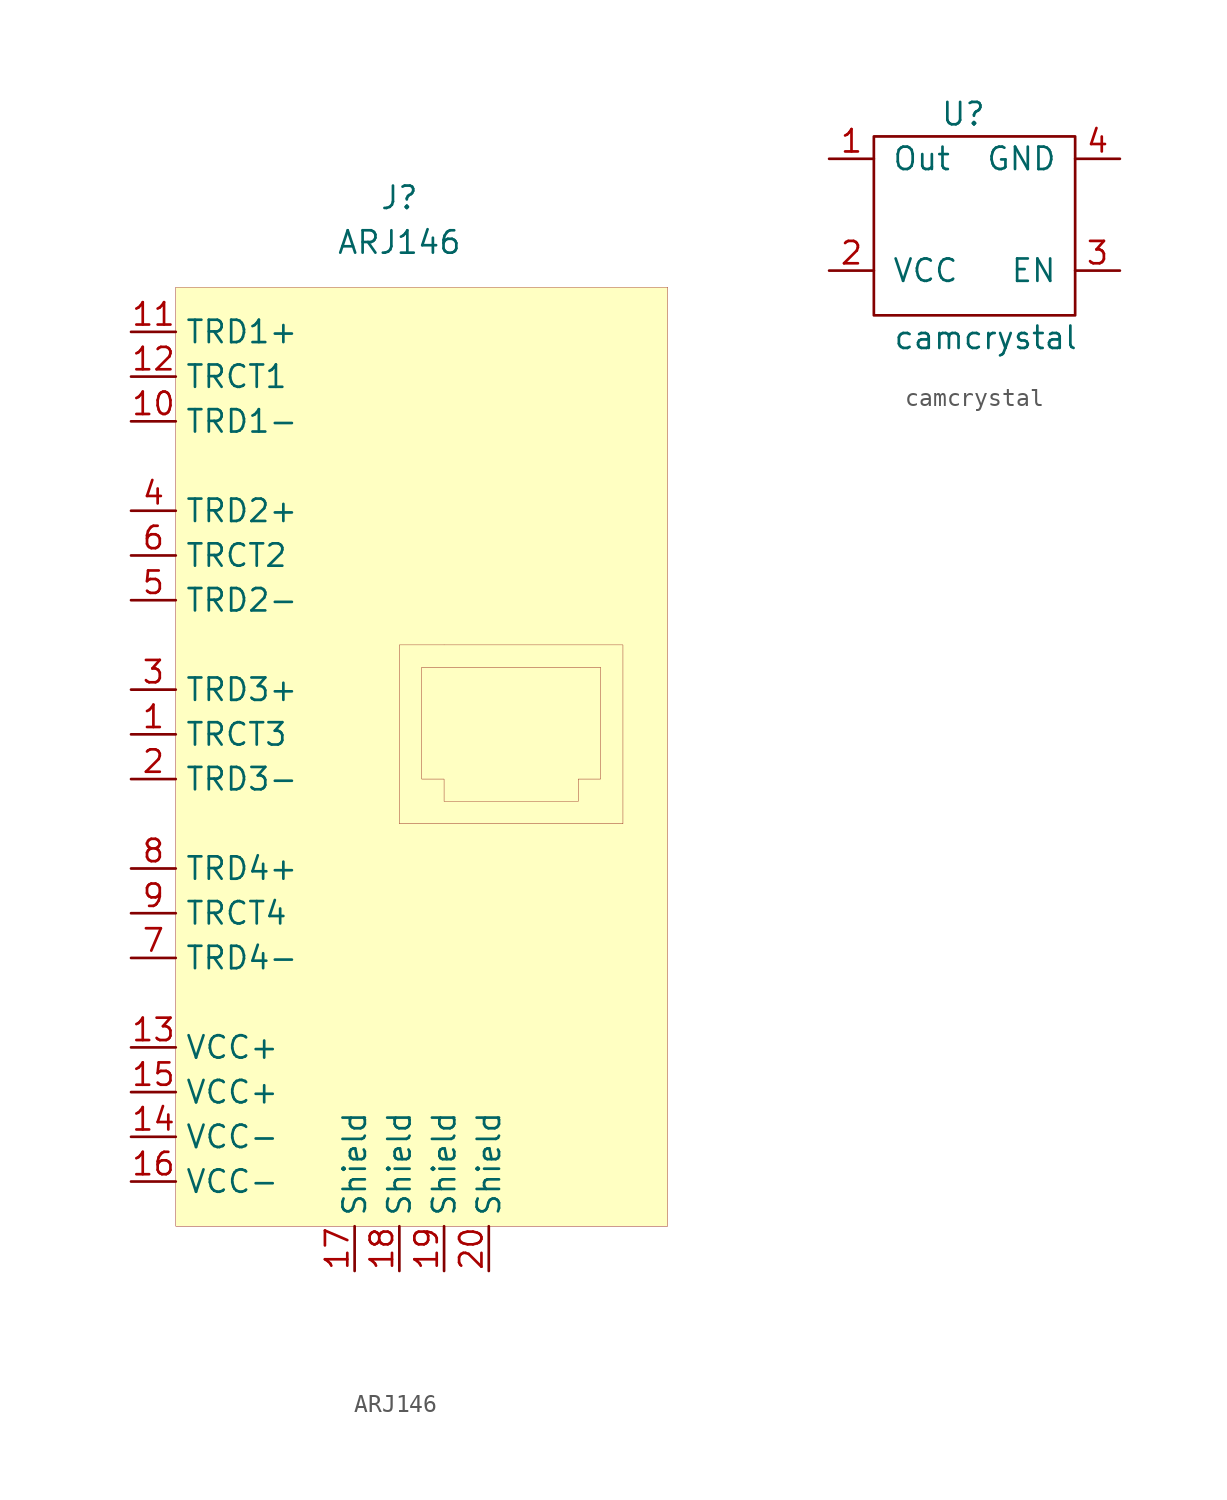
<source format=kicad_sym>
(kicad_symbol_lib
  (version 20201005)
  (generator kicad_symbol_editor)
  (symbol "openstereo:ARJ146"
    (property "Reference" "J"
      (at 0 2.54 0)
      (effects (font (size 1.27 1.27))))
    (property "Value" "ARJ146"
      (at 0 0 0)
      (effects (font (size 1.27 1.27))))
    (symbol "ARJ146_0_1"
      (rectangle (start -12.7 -2.54) (end 15.24 -55.88) (stroke (width 0.001)) (fill (type background)))
      (rectangle (start 0 -22.86) (end 12.7 -33.02) (stroke (width 0.001)) (fill (type none)))
      (rectangle (start 2.54 -22.86) (end 2.54 -22.86) (stroke (width 0.001)) (fill (type none)))
      (polyline (pts (xy 1.27 -24.13) (xy 11.43 -24.13) (xy 11.43 -30.48) (xy 10.16 -30.48) (xy 10.16 -31.75) (xy 2.54 -31.75) (xy 2.54 -30.48) (xy 1.27 -30.48) (xy 1.27 -24.13)) (stroke (width 0.001)) (fill (type none))))
    (symbol "ARJ146_1_1"
      (pin bidirectional line (at -15.24 -5.08 0) (length 2.54) (name "TRD1+" (effects (font (size 1.27 1.27)))) (number "11" (effects (font (size 1.27 1.27)))))
      (pin bidirectional line (at -15.24 -7.62 0) (length 2.54) (name "TRCT1" (effects (font (size 1.27 1.27)))) (number "12" (effects (font (size 1.27 1.27)))))
      (pin bidirectional line (at -15.24 -10.16 0) (length 2.54) (name "TRD1-" (effects (font (size 1.27 1.27)))) (number "10" (effects (font (size 1.27 1.27)))))
      (pin bidirectional line (at -15.24 -15.24 0) (length 2.54) (name "TRD2+" (effects (font (size 1.27 1.27)))) (number "4" (effects (font (size 1.27 1.27)))))
      (pin bidirectional line (at -15.24 -17.78 0) (length 2.54) (name "TRCT2" (effects (font (size 1.27 1.27)))) (number "6" (effects (font (size 1.27 1.27)))))
      (pin bidirectional line (at -15.24 -20.32 0) (length 2.54) (name "TRD2-" (effects (font (size 1.27 1.27)))) (number "5" (effects (font (size 1.27 1.27)))))
      (pin bidirectional line (at -15.24 -25.4 0) (length 2.54) (name "TRD3+" (effects (font (size 1.27 1.27)))) (number "3" (effects (font (size 1.27 1.27)))))
      (pin bidirectional line (at -15.24 -27.94 0) (length 2.54) (name "TRCT3" (effects (font (size 1.27 1.27)))) (number "1" (effects (font (size 1.27 1.27)))))
      (pin bidirectional line (at -15.24 -30.48 0) (length 2.54) (name "TRD3-" (effects (font (size 1.27 1.27)))) (number "2" (effects (font (size 1.27 1.27)))))
      (pin bidirectional line (at -15.24 -35.56 0) (length 2.54) (name "TRD4+" (effects (font (size 1.27 1.27)))) (number "8" (effects (font (size 1.27 1.27)))))
      (pin bidirectional line (at -15.24 -40.64 0) (length 2.54) (name "TRD4-" (effects (font (size 1.27 1.27)))) (number "7" (effects (font (size 1.27 1.27)))))
      (pin bidirectional line (at -15.24 -38.1 0) (length 2.54) (name "TRCT4" (effects (font (size 1.27 1.27)))) (number "9" (effects (font (size 1.27 1.27)))))
      (pin power_in line (at -15.24 -45.72 0) (length 2.54) (name "VCC+" (effects (font (size 1.27 1.27)))) (number "13" (effects (font (size 1.27 1.27)))))
      (pin power_in line (at -15.24 -50.8 0) (length 2.54) (name "VCC-" (effects (font (size 1.27 1.27)))) (number "14" (effects (font (size 1.27 1.27)))))
      (pin power_in line (at -15.24 -48.26 0) (length 2.54) (name "VCC+" (effects (font (size 1.27 1.27)))) (number "15" (effects (font (size 1.27 1.27)))))
      (pin power_in line (at -15.24 -53.34 0) (length 2.54) (name "VCC-" (effects (font (size 1.27 1.27)))) (number "16" (effects (font (size 1.27 1.27)))))
      (pin passive line (at -2.54 -58.42 90) (length 2.54) (name "Shield" (effects (font (size 1.27 1.27)))) (number "17" (effects (font (size 1.27 1.27)))))
      (pin passive line (at 0 -58.42 90) (length 2.54) (name "Shield" (effects (font (size 1.27 1.27)))) (number "18" (effects (font (size 1.27 1.27)))))
      (pin passive line (at 2.54 -58.42 90) (length 2.54) (name "Shield" (effects (font (size 1.27 1.27)))) (number "19" (effects (font (size 1.27 1.27)))))
      (pin passive line (at 5.08 -58.42 90) (length 2.54) (name "Shield" (effects (font (size 1.27 1.27)))) (number "20" (effects (font (size 1.27 1.27)))))))
  (symbol "openstereo:camcrystal"
    (pin_names
      (offset 1.016))
    (property "Reference" "U"
      (at -1.27 6.35 0)
      (effects (font (size 1.27 1.27))))
    (property "Value" "camcrystal"
      (at 0 -6.35 0)
      (effects (font (size 1.27 1.27))))
    (symbol "camcrystal_0_1"
      (rectangle (start -6.35 5.08) (end 5.08 -5.08) (stroke (width 0)) (fill (type none))))
    (symbol "camcrystal_1_1"
      (pin output line (at -8.89 3.81 0) (length 2.54) (name "Out" (effects (font (size 1.27 1.27)))) (number "1" (effects (font (size 1.27 1.27)))))
      (pin power_in line (at -8.89 -2.54 0) (length 2.54) (name "VCC" (effects (font (size 1.27 1.27)))) (number "2" (effects (font (size 1.27 1.27)))))
      (pin input line (at 7.62 -2.54 180) (length 2.54) (name "EN" (effects (font (size 1.27 1.27)))) (number "3" (effects (font (size 1.27 1.27)))))
      (pin passive line (at 7.62 3.81 180) (length 2.54) (name "GND" (effects (font (size 1.27 1.27)))) (number "4" (effects (font (size 1.27 1.27))))))))
</source>
